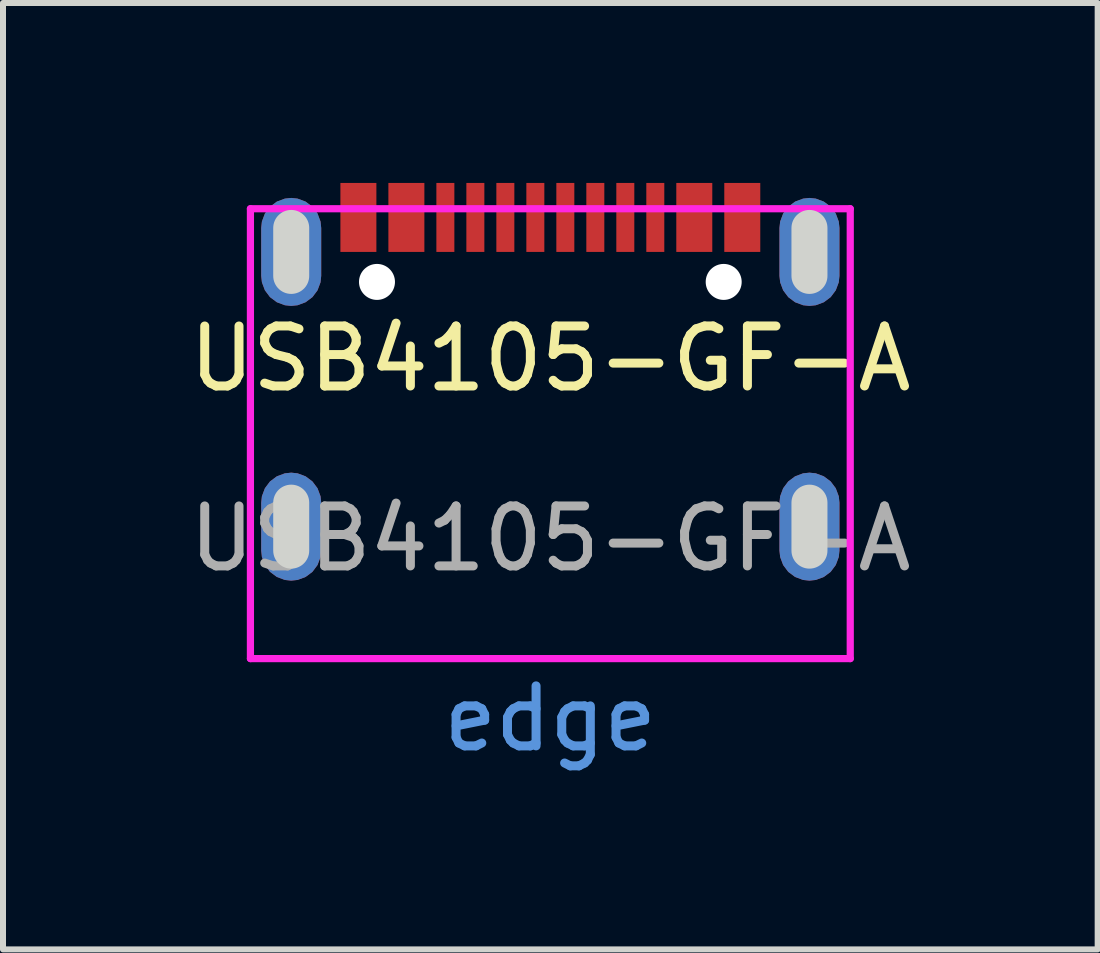
<source format=kicad_pcb>
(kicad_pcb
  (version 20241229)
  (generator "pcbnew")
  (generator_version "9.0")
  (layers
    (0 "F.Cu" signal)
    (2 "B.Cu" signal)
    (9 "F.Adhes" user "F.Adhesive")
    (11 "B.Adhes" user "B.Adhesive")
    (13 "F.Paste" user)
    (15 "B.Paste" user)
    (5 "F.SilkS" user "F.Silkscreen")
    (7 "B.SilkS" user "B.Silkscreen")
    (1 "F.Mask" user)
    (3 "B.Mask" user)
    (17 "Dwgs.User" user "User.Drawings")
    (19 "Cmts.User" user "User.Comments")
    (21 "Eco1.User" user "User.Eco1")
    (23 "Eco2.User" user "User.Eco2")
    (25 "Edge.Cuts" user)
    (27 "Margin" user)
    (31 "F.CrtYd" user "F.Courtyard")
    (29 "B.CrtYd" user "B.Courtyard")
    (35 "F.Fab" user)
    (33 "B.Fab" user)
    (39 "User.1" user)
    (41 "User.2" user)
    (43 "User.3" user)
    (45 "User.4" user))
  (footprint "USB4105-GF-A"
    (layer "F.Cu")
    (at 6.125 7.93)
    (property "Reference" "USB4105-GF-A" (at 0 -5 0) (unlocked yes) (layer "F.SilkS") (effects (font (size 1 1) (thickness 0.15))))
    (fp_line (start -4.32 -7.18) (end -4.32 -6.38) (stroke (width 0.6) (type solid)) (layer "Edge.Cuts"))
    (fp_line (start -4.32 -2.6) (end -4.32 -1.8) (stroke (width 0.6) (type solid)) (layer "Edge.Cuts"))
    (fp_line (start 4.32 -7.18) (end 4.32 -6.38) (stroke (width 0.6) (type solid)) (layer "Edge.Cuts"))
    (fp_line (start 4.32 -2.6) (end 4.32 -1.8) (stroke (width 0.6) (type solid)) (layer "Edge.Cuts"))
    (fp_line (start -5 -7.5) (end 5 -7.5) (stroke (width 0.12) (type solid)) (layer "F.CrtYd"))
    (fp_line (start -5 0) (end -5 -7.5) (stroke (width 0.12) (type solid)) (layer "F.CrtYd"))
    (fp_line (start 5 -7.5) (end 5 0) (stroke (width 0.12) (type solid)) (layer "F.CrtYd"))
    (fp_line (start 5 0) (end -5 0) (stroke (width 0.12) (type solid)) (layer "F.CrtYd"))
    (fp_text user "edge" (at 0 1 0) (unlocked yes) (layer "Cmts.User") (effects (font (size 1 1) (thickness 0.15))))
    (fp_text user "${REFERENCE}" (at 0 -2 0) (unlocked yes) (layer "F.Fab") (effects (font (size 1 1) (thickness 0.15))))
    (pad "" np_thru_hole circle (at -2.89 -6.28) (size 0.6 0.6) (drill 0.65) (layers "*.Cu" "*.Mask"))
    (pad "" np_thru_hole circle (at 2.89 -6.28) (size 0.6 0.6) (drill 0.65) (layers "*.Cu" "*.Mask"))
    (pad "1" smd rect (at -3.2 -7.355) (size 0.6 1.15) (layers "F.Cu" "F.Mask" "F.Paste"))
    (pad "2" smd rect (at -2.4 -7.355) (size 0.6 1.15) (layers "F.Cu" "F.Mask" "F.Paste"))
    (pad "3" smd rect (at -1.75 -7.355) (size 0.3 1.15) (layers "F.Cu" "F.Mask" "F.Paste"))
    (pad "4" smd rect (at -1.25 -7.355) (size 0.3 1.15) (layers "F.Cu" "F.Mask" "F.Paste"))
    (pad "5" smd rect (at -0.75 -7.355) (size 0.3 1.15) (layers "F.Cu" "F.Mask" "F.Paste"))
    (pad "6" smd rect (at -0.25 -7.355) (size 0.3 1.15) (layers "F.Cu" "F.Mask" "F.Paste"))
    (pad "7" smd rect (at 0.25 -7.355) (size 0.3 1.15) (layers "F.Cu" "F.Mask" "F.Paste"))
    (pad "8" smd rect (at 0.75 -7.355) (size 0.3 1.15) (layers "F.Cu" "F.Mask" "F.Paste"))
    (pad "9" smd rect (at 1.25 -7.355) (size 0.3 1.15) (layers "F.Cu" "F.Mask" "F.Paste"))
    (pad "10" smd rect (at 1.75 -7.355) (size 0.3 1.15) (layers "F.Cu" "F.Mask" "F.Paste"))
    (pad "11" smd rect (at 2.4 -7.355) (size 0.6 1.15) (layers "F.Cu" "F.Mask" "F.Paste"))
    (pad "12" smd rect (at 3.2 -7.355) (size 0.6 1.15) (layers "F.Cu" "F.Mask" "F.Paste"))
    (pad "SHLD" thru_hole roundrect (at -4.32 -6.78) (size 1 1.8) (drill 0.000001) (layers "*.Cu" "*.Mask") (roundrect_rratio 0.5))
    (pad "SHLD" thru_hole roundrect (at -4.32 -2.2) (size 1 1.8) (drill 0.000001) (layers "*.Cu" "*.Mask") (roundrect_rratio 0.5))
    (pad "SHLD" thru_hole roundrect (at 4.32 -6.78) (size 1 1.8) (drill 0.000001) (layers "*.Cu" "*.Mask") (roundrect_rratio 0.5))
    (pad "SHLD" thru_hole roundrect (at 4.32 -2.2) (size 1 1.8) (drill 0.000001) (layers "*.Cu" "*.Mask") (roundrect_rratio 0.5)))
  (gr_rect
    (start -3 -3)
    (end 15.25 12.778)
    (stroke (width 0.1) (type default))
    (fill no)
    (layer "Edge.Cuts")))
</source>
